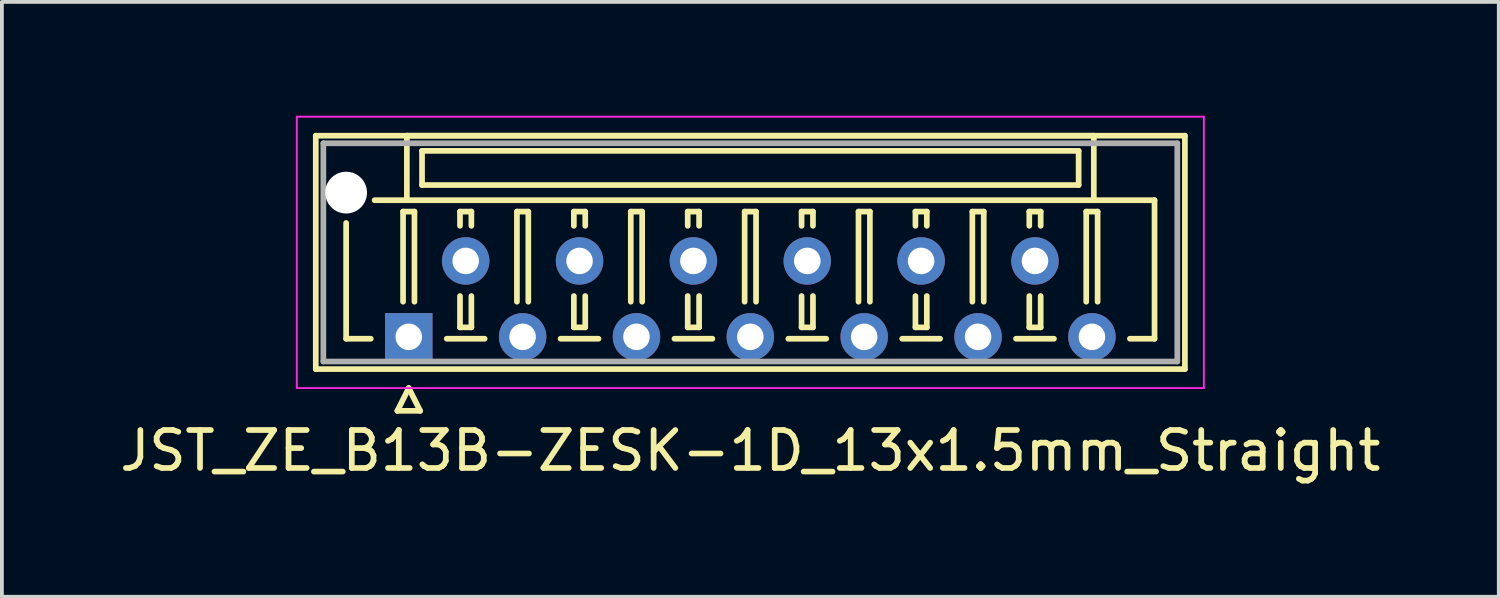
<source format=kicad_pcb>
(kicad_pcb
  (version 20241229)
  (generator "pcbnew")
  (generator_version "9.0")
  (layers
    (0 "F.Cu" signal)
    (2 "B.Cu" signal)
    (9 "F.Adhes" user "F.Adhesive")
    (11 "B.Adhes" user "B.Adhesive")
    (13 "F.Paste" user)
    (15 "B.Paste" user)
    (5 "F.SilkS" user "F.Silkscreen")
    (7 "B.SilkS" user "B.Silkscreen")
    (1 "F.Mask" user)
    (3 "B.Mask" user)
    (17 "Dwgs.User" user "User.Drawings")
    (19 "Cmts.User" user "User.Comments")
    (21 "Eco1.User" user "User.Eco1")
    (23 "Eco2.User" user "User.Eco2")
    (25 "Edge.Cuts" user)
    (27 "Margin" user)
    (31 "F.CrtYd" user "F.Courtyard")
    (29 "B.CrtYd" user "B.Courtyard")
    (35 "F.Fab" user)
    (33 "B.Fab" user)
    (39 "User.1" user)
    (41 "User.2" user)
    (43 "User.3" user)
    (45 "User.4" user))
  (footprint "JST_ZE_B13B-ZESK-1D_13x1.5mm_Straight"
    (layer "F.Cu")
    (at 7.72 5.825)
    (property "Reference" "JST_ZE_B13B-ZESK-1D_13x1.5mm_Straight" (at 9 3 0) (layer "F.SilkS") (effects (font (size 1 1) (thickness 0.15))))
    (attr through_hole)
    (fp_line (start -2.45 -5.3) (end -2.45 0.85) (stroke (width 0.15) (type solid)) (layer "F.SilkS"))
    (fp_line (start -2.45 0.85) (end 20.45 0.85) (stroke (width 0.15) (type solid)) (layer "F.SilkS"))
    (fp_line (start -1.65 -3) (end -1.65 0.05) (stroke (width 0.15) (type solid)) (layer "F.SilkS"))
    (fp_line (start -1.65 0.05) (end -1 0.05) (stroke (width 0.15) (type solid)) (layer "F.SilkS"))
    (fp_line (start -0.3 1.95) (end 0 1.35) (stroke (width 0.15) (type solid)) (layer "F.SilkS"))
    (fp_line (start -0.15 -3.3) (end 0.15 -3.3) (stroke (width 0.15) (type solid)) (layer "F.SilkS"))
    (fp_line (start -0.15 -0.925) (end -0.15 -3.3) (stroke (width 0.15) (type solid)) (layer "F.SilkS"))
    (fp_line (start -0.05 -5.3) (end -0.05 -3.6) (stroke (width 0.15) (type solid)) (layer "F.SilkS"))
    (fp_line (start -0.05 -3.6) (end -0.9 -3.6) (stroke (width 0.15) (type solid)) (layer "F.SilkS"))
    (fp_line (start -0.05 -3.6) (end 18.05 -3.6) (stroke (width 0.15) (type solid)) (layer "F.SilkS"))
    (fp_line (start 0 1.35) (end 0.3 1.95) (stroke (width 0.15) (type solid)) (layer "F.SilkS"))
    (fp_line (start 0.15 -3.3) (end 0.15 -0.925) (stroke (width 0.15) (type solid)) (layer "F.SilkS"))
    (fp_line (start 0.3 1.95) (end -0.3 1.95) (stroke (width 0.15) (type solid)) (layer "F.SilkS"))
    (fp_line (start 0.35 -4.9) (end 0.35 -4) (stroke (width 0.15) (type solid)) (layer "F.SilkS"))
    (fp_line (start 0.35 -4) (end 17.65 -4) (stroke (width 0.15) (type solid)) (layer "F.SilkS"))
    (fp_line (start 1 0.05) (end 2 0.05) (stroke (width 0.15) (type solid)) (layer "F.SilkS"))
    (fp_line (start 1.35 -3.3) (end 1.65 -3.3) (stroke (width 0.15) (type solid)) (layer "F.SilkS"))
    (fp_line (start 1.35 -2.925) (end 1.35 -3.3) (stroke (width 0.15) (type solid)) (layer "F.SilkS"))
    (fp_line (start 1.35 -1.075) (end 1.35 -0.25) (stroke (width 0.15) (type solid)) (layer "F.SilkS"))
    (fp_line (start 1.35 -0.25) (end 1.65 -0.25) (stroke (width 0.15) (type solid)) (layer "F.SilkS"))
    (fp_line (start 1.65 -3.3) (end 1.65 -2.925) (stroke (width 0.15) (type solid)) (layer "F.SilkS"))
    (fp_line (start 1.65 -0.25) (end 1.65 -1.075) (stroke (width 0.15) (type solid)) (layer "F.SilkS"))
    (fp_line (start 2.85 -3.3) (end 3.15 -3.3) (stroke (width 0.15) (type solid)) (layer "F.SilkS"))
    (fp_line (start 2.85 -0.925) (end 2.85 -3.3) (stroke (width 0.15) (type solid)) (layer "F.SilkS"))
    (fp_line (start 3.15 -3.3) (end 3.15 -0.925) (stroke (width 0.15) (type solid)) (layer "F.SilkS"))
    (fp_line (start 4 0.05) (end 5 0.05) (stroke (width 0.15) (type solid)) (layer "F.SilkS"))
    (fp_line (start 4.35 -3.3) (end 4.65 -3.3) (stroke (width 0.15) (type solid)) (layer "F.SilkS"))
    (fp_line (start 4.35 -2.925) (end 4.35 -3.3) (stroke (width 0.15) (type solid)) (layer "F.SilkS"))
    (fp_line (start 4.35 -1.075) (end 4.35 -0.25) (stroke (width 0.15) (type solid)) (layer "F.SilkS"))
    (fp_line (start 4.35 -0.25) (end 4.65 -0.25) (stroke (width 0.15) (type solid)) (layer "F.SilkS"))
    (fp_line (start 4.65 -3.3) (end 4.65 -2.925) (stroke (width 0.15) (type solid)) (layer "F.SilkS"))
    (fp_line (start 4.65 -0.25) (end 4.65 -1.075) (stroke (width 0.15) (type solid)) (layer "F.SilkS"))
    (fp_line (start 5.85 -3.3) (end 6.15 -3.3) (stroke (width 0.15) (type solid)) (layer "F.SilkS"))
    (fp_line (start 5.85 -0.925) (end 5.85 -3.3) (stroke (width 0.15) (type solid)) (layer "F.SilkS"))
    (fp_line (start 6.15 -3.3) (end 6.15 -0.925) (stroke (width 0.15) (type solid)) (layer "F.SilkS"))
    (fp_line (start 7 0.05) (end 8 0.05) (stroke (width 0.15) (type solid)) (layer "F.SilkS"))
    (fp_line (start 7.35 -3.3) (end 7.65 -3.3) (stroke (width 0.15) (type solid)) (layer "F.SilkS"))
    (fp_line (start 7.35 -2.925) (end 7.35 -3.3) (stroke (width 0.15) (type solid)) (layer "F.SilkS"))
    (fp_line (start 7.35 -1.075) (end 7.35 -0.25) (stroke (width 0.15) (type solid)) (layer "F.SilkS"))
    (fp_line (start 7.35 -0.25) (end 7.65 -0.25) (stroke (width 0.15) (type solid)) (layer "F.SilkS"))
    (fp_line (start 7.65 -3.3) (end 7.65 -2.925) (stroke (width 0.15) (type solid)) (layer "F.SilkS"))
    (fp_line (start 7.65 -0.25) (end 7.65 -1.075) (stroke (width 0.15) (type solid)) (layer "F.SilkS"))
    (fp_line (start 8.85 -3.3) (end 9.15 -3.3) (stroke (width 0.15) (type solid)) (layer "F.SilkS"))
    (fp_line (start 8.85 -0.925) (end 8.85 -3.3) (stroke (width 0.15) (type solid)) (layer "F.SilkS"))
    (fp_line (start 9.15 -3.3) (end 9.15 -0.925) (stroke (width 0.15) (type solid)) (layer "F.SilkS"))
    (fp_line (start 10 0.05) (end 11 0.05) (stroke (width 0.15) (type solid)) (layer "F.SilkS"))
    (fp_line (start 10.35 -3.3) (end 10.65 -3.3) (stroke (width 0.15) (type solid)) (layer "F.SilkS"))
    (fp_line (start 10.35 -2.925) (end 10.35 -3.3) (stroke (width 0.15) (type solid)) (layer "F.SilkS"))
    (fp_line (start 10.35 -1.075) (end 10.35 -0.25) (stroke (width 0.15) (type solid)) (layer "F.SilkS"))
    (fp_line (start 10.35 -0.25) (end 10.65 -0.25) (stroke (width 0.15) (type solid)) (layer "F.SilkS"))
    (fp_line (start 10.65 -3.3) (end 10.65 -2.925) (stroke (width 0.15) (type solid)) (layer "F.SilkS"))
    (fp_line (start 10.65 -0.25) (end 10.65 -1.075) (stroke (width 0.15) (type solid)) (layer "F.SilkS"))
    (fp_line (start 11.85 -3.3) (end 12.15 -3.3) (stroke (width 0.15) (type solid)) (layer "F.SilkS"))
    (fp_line (start 11.85 -0.925) (end 11.85 -3.3) (stroke (width 0.15) (type solid)) (layer "F.SilkS"))
    (fp_line (start 12.15 -3.3) (end 12.15 -0.925) (stroke (width 0.15) (type solid)) (layer "F.SilkS"))
    (fp_line (start 13 0.05) (end 14 0.05) (stroke (width 0.15) (type solid)) (layer "F.SilkS"))
    (fp_line (start 13.35 -3.3) (end 13.65 -3.3) (stroke (width 0.15) (type solid)) (layer "F.SilkS"))
    (fp_line (start 13.35 -2.925) (end 13.35 -3.3) (stroke (width 0.15) (type solid)) (layer "F.SilkS"))
    (fp_line (start 13.35 -1.075) (end 13.35 -0.25) (stroke (width 0.15) (type solid)) (layer "F.SilkS"))
    (fp_line (start 13.35 -0.25) (end 13.65 -0.25) (stroke (width 0.15) (type solid)) (layer "F.SilkS"))
    (fp_line (start 13.65 -3.3) (end 13.65 -2.925) (stroke (width 0.15) (type solid)) (layer "F.SilkS"))
    (fp_line (start 13.65 -0.25) (end 13.65 -1.075) (stroke (width 0.15) (type solid)) (layer "F.SilkS"))
    (fp_line (start 14.85 -3.3) (end 15.15 -3.3) (stroke (width 0.15) (type solid)) (layer "F.SilkS"))
    (fp_line (start 14.85 -0.925) (end 14.85 -3.3) (stroke (width 0.15) (type solid)) (layer "F.SilkS"))
    (fp_line (start 15.15 -3.3) (end 15.15 -0.925) (stroke (width 0.15) (type solid)) (layer "F.SilkS"))
    (fp_line (start 16 0.05) (end 17 0.05) (stroke (width 0.15) (type solid)) (layer "F.SilkS"))
    (fp_line (start 16.35 -3.3) (end 16.65 -3.3) (stroke (width 0.15) (type solid)) (layer "F.SilkS"))
    (fp_line (start 16.35 -2.925) (end 16.35 -3.3) (stroke (width 0.15) (type solid)) (layer "F.SilkS"))
    (fp_line (start 16.35 -1.075) (end 16.35 -0.25) (stroke (width 0.15) (type solid)) (layer "F.SilkS"))
    (fp_line (start 16.35 -0.25) (end 16.65 -0.25) (stroke (width 0.15) (type solid)) (layer "F.SilkS"))
    (fp_line (start 16.65 -3.3) (end 16.65 -2.925) (stroke (width 0.15) (type solid)) (layer "F.SilkS"))
    (fp_line (start 16.65 -0.25) (end 16.65 -1.075) (stroke (width 0.15) (type solid)) (layer "F.SilkS"))
    (fp_line (start 17.65 -4.9) (end 0.35 -4.9) (stroke (width 0.15) (type solid)) (layer "F.SilkS"))
    (fp_line (start 17.65 -4) (end 17.65 -4.9) (stroke (width 0.15) (type solid)) (layer "F.SilkS"))
    (fp_line (start 17.85 -3.3) (end 18.15 -3.3) (stroke (width 0.15) (type solid)) (layer "F.SilkS"))
    (fp_line (start 17.85 -0.925) (end 17.85 -3.3) (stroke (width 0.15) (type solid)) (layer "F.SilkS"))
    (fp_line (start 18.05 -5.3) (end -0.05 -5.3) (stroke (width 0.15) (type solid)) (layer "F.SilkS"))
    (fp_line (start 18.05 -3.6) (end 18.05 -5.3) (stroke (width 0.15) (type solid)) (layer "F.SilkS"))
    (fp_line (start 18.05 -3.6) (end 19.65 -3.6) (stroke (width 0.15) (type solid)) (layer "F.SilkS"))
    (fp_line (start 18.15 -3.3) (end 18.15 -0.925) (stroke (width 0.15) (type solid)) (layer "F.SilkS"))
    (fp_line (start 19.65 -3.6) (end 19.65 0.05) (stroke (width 0.15) (type solid)) (layer "F.SilkS"))
    (fp_line (start 19.65 0.05) (end 19 0.05) (stroke (width 0.15) (type solid)) (layer "F.SilkS"))
    (fp_line (start 20.45 -5.3) (end -2.45 -5.3) (stroke (width 0.15) (type solid)) (layer "F.SilkS"))
    (fp_line (start 20.45 0.85) (end 20.45 -5.3) (stroke (width 0.15) (type solid)) (layer "F.SilkS"))
    (fp_line (start -2.95 -5.8) (end -2.95 1.35) (stroke (width 0.05) (type solid)) (layer "F.CrtYd"))
    (fp_line (start -2.95 1.35) (end 20.95 1.35) (stroke (width 0.05) (type solid)) (layer "F.CrtYd"))
    (fp_line (start 20.95 -5.8) (end -2.95 -5.8) (stroke (width 0.05) (type solid)) (layer "F.CrtYd"))
    (fp_line (start 20.95 1.35) (end 20.95 -5.8) (stroke (width 0.05) (type solid)) (layer "F.CrtYd"))
    (fp_line (start -2.25 -5.1) (end -2.25 0.65) (stroke (width 0.15) (type solid)) (layer "F.Fab"))
    (fp_line (start -2.25 0.65) (end 20.25 0.65) (stroke (width 0.15) (type solid)) (layer "F.Fab"))
    (fp_line (start 20.25 -5.1) (end -2.25 -5.1) (stroke (width 0.15) (type solid)) (layer "F.Fab"))
    (fp_line (start 20.25 0.65) (end 20.25 -5.1) (stroke (width 0.15) (type solid)) (layer "F.Fab"))
    (pad "" np_thru_hole circle (at -1.65 -3.8) (size 1.1 1.1) (drill 1.1) (layers "*.Cu"))
    (pad "1" thru_hole rect (at 0 0) (size 1.25 1.25) (drill 0.7) (layers "*.Cu" "*.Mask"))
    (pad "2" thru_hole circle (at 1.5 -2) (size 1.25 1.25) (drill 0.7) (layers "*.Cu" "*.Mask"))
    (pad "3" thru_hole circle (at 3 0) (size 1.25 1.25) (drill 0.7) (layers "*.Cu" "*.Mask"))
    (pad "4" thru_hole circle (at 4.5 -2) (size 1.25 1.25) (drill 0.7) (layers "*.Cu" "*.Mask"))
    (pad "5" thru_hole circle (at 6 0) (size 1.25 1.25) (drill 0.7) (layers "*.Cu" "*.Mask"))
    (pad "6" thru_hole circle (at 7.5 -2) (size 1.25 1.25) (drill 0.7) (layers "*.Cu" "*.Mask"))
    (pad "7" thru_hole circle (at 9 0) (size 1.25 1.25) (drill 0.7) (layers "*.Cu" "*.Mask"))
    (pad "8" thru_hole circle (at 10.5 -2) (size 1.25 1.25) (drill 0.7) (layers "*.Cu" "*.Mask"))
    (pad "9" thru_hole circle (at 12 0) (size 1.25 1.25) (drill 0.7) (layers "*.Cu" "*.Mask"))
    (pad "10" thru_hole circle (at 13.5 -2) (size 1.25 1.25) (drill 0.7) (layers "*.Cu" "*.Mask"))
    (pad "11" thru_hole circle (at 15 0) (size 1.25 1.25) (drill 0.7) (layers "*.Cu" "*.Mask"))
    (pad "12" thru_hole circle (at 16.5 -2) (size 1.25 1.25) (drill 0.7) (layers "*.Cu" "*.Mask"))
    (pad "13" thru_hole circle (at 18 0) (size 1.25 1.25) (drill 0.7) (layers "*.Cu" "*.Mask")))
  (gr_rect
    (start -3 -3)
    (end 36.44 12.673)
    (stroke (width 0.1) (type default))
    (fill no)
    (layer "Edge.Cuts")))
</source>
